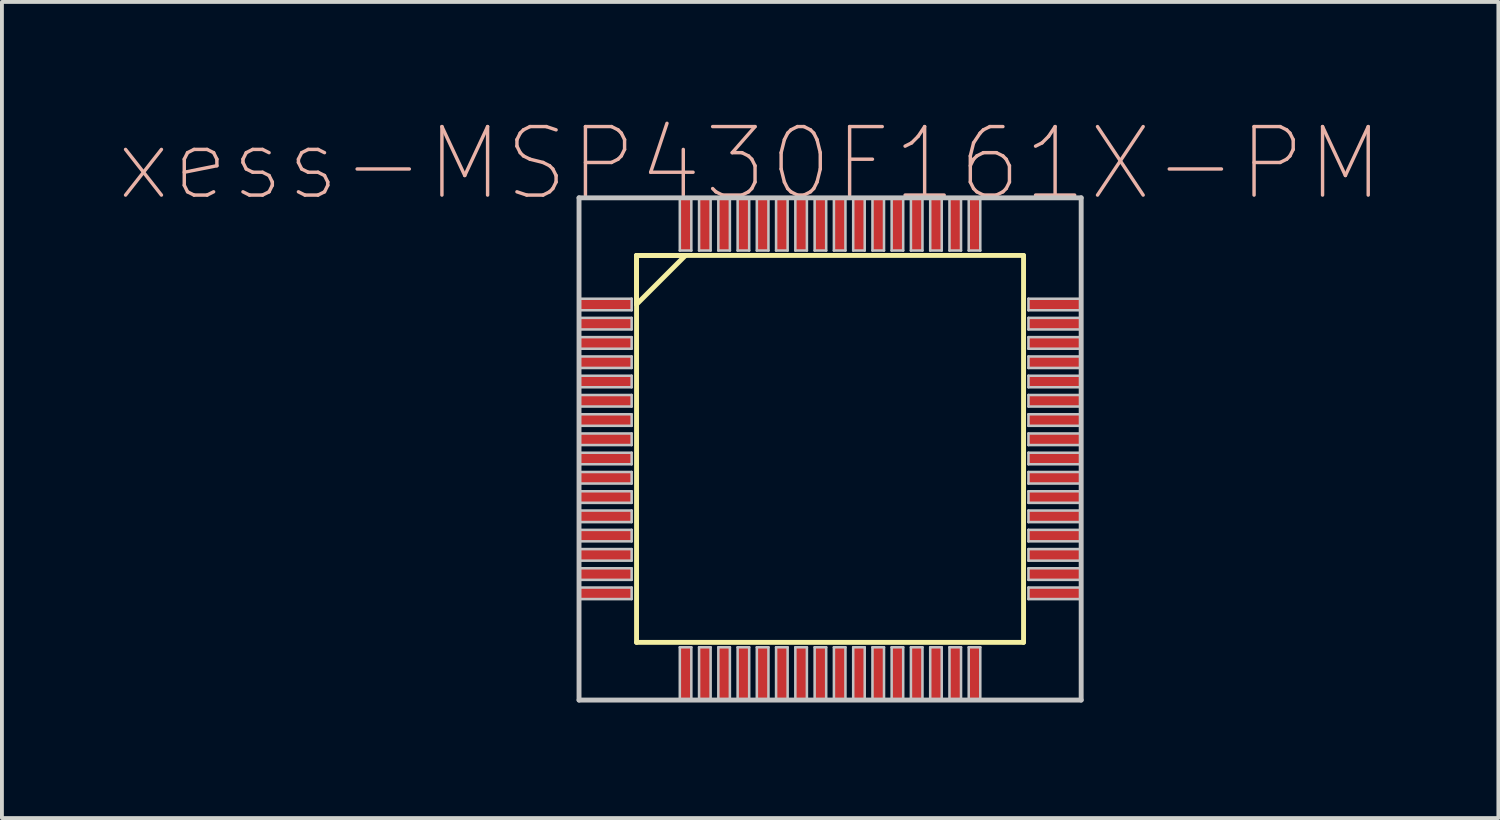
<source format=kicad_pcb>
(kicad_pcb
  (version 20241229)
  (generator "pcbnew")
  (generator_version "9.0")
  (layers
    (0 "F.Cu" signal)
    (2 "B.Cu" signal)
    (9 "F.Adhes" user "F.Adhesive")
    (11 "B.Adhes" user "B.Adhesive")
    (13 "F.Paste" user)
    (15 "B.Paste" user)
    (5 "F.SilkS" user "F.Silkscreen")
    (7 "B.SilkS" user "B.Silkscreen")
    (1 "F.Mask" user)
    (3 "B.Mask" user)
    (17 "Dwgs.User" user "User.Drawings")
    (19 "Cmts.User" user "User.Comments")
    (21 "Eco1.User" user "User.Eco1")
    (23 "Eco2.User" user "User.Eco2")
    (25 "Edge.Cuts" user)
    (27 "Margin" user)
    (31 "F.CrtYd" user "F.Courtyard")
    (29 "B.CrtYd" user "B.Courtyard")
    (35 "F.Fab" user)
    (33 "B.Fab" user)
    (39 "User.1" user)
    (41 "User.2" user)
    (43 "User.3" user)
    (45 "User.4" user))
  (footprint "xess-MSP430F161X-PM"
    (layer "F.Cu")
    (at 12.773 4.854)
    (property "Reference" "xess-MSP430F161X-PM" (at 3.65 -3.658 0) (layer "B.SilkS") (effects (font (size 1.778 1.778) (thickness 0.089))))
    (attr smd)
    (fp_line (start 0.701 -1.273) (end 0.701 -0.003) (stroke (width 0.127) (type solid)) (layer "F.SilkS"))
    (fp_line (start 0.701 -1.273) (end 0.701 8.771) (stroke (width 0.127) (type solid)) (layer "F.SilkS"))
    (fp_line (start 0.701 -0.003) (end 1.971 -1.273) (stroke (width 0.127) (type solid)) (layer "F.SilkS"))
    (fp_line (start 0.701 8.771) (end 10.747 8.771) (stroke (width 0.127) (type solid)) (layer "F.SilkS"))
    (fp_line (start 1.971 -1.273) (end 0.701 -1.273) (stroke (width 0.127) (type solid)) (layer "F.SilkS"))
    (fp_line (start 10.747 -1.273) (end 0.701 -1.273) (stroke (width 0.127) (type solid)) (layer "F.SilkS"))
    (fp_line (start 10.747 8.771) (end 10.747 -1.273) (stroke (width 0.127) (type solid)) (layer "F.SilkS"))
    (fp_line (start -0.792 -2.769) (end -0.792 10.269) (stroke (width 0.127) (type solid)) (layer "Dwgs.User"))
    (fp_line (start -0.792 -0.15) (end 0.574 -0.15) (stroke (width 0.066) (type solid)) (layer "Dwgs.User"))
    (fp_line (start -0.792 0.15) (end -0.792 -0.15) (stroke (width 0.066) (type solid)) (layer "Dwgs.User"))
    (fp_line (start -0.792 0.15) (end 0.574 0.15) (stroke (width 0.066) (type solid)) (layer "Dwgs.User"))
    (fp_line (start -0.792 0.348) (end 0.574 0.348) (stroke (width 0.066) (type solid)) (layer "Dwgs.User"))
    (fp_line (start -0.792 0.648) (end -0.792 0.348) (stroke (width 0.066) (type solid)) (layer "Dwgs.User"))
    (fp_line (start -0.792 0.648) (end 0.574 0.648) (stroke (width 0.066) (type solid)) (layer "Dwgs.User"))
    (fp_line (start -0.792 0.848) (end 0.574 0.848) (stroke (width 0.066) (type solid)) (layer "Dwgs.User"))
    (fp_line (start -0.792 1.148) (end -0.792 0.848) (stroke (width 0.066) (type solid)) (layer "Dwgs.User"))
    (fp_line (start -0.792 1.148) (end 0.574 1.148) (stroke (width 0.066) (type solid)) (layer "Dwgs.User"))
    (fp_line (start -0.792 1.349) (end 0.574 1.349) (stroke (width 0.066) (type solid)) (layer "Dwgs.User"))
    (fp_line (start -0.792 1.648) (end -0.792 1.349) (stroke (width 0.066) (type solid)) (layer "Dwgs.User"))
    (fp_line (start -0.792 1.648) (end 0.574 1.648) (stroke (width 0.066) (type solid)) (layer "Dwgs.User"))
    (fp_line (start -0.792 1.849) (end 0.574 1.849) (stroke (width 0.066) (type solid)) (layer "Dwgs.User"))
    (fp_line (start -0.792 2.149) (end -0.792 1.849) (stroke (width 0.066) (type solid)) (layer "Dwgs.User"))
    (fp_line (start -0.792 2.149) (end 0.574 2.149) (stroke (width 0.066) (type solid)) (layer "Dwgs.User"))
    (fp_line (start -0.792 2.349) (end 0.574 2.349) (stroke (width 0.066) (type solid)) (layer "Dwgs.User"))
    (fp_line (start -0.792 2.649) (end -0.792 2.349) (stroke (width 0.066) (type solid)) (layer "Dwgs.User"))
    (fp_line (start -0.792 2.649) (end 0.574 2.649) (stroke (width 0.066) (type solid)) (layer "Dwgs.User"))
    (fp_line (start -0.792 2.85) (end 0.574 2.85) (stroke (width 0.066) (type solid)) (layer "Dwgs.User"))
    (fp_line (start -0.792 3.15) (end -0.792 2.85) (stroke (width 0.066) (type solid)) (layer "Dwgs.User"))
    (fp_line (start -0.792 3.15) (end 0.574 3.15) (stroke (width 0.066) (type solid)) (layer "Dwgs.User"))
    (fp_line (start -0.792 3.348) (end 0.574 3.348) (stroke (width 0.066) (type solid)) (layer "Dwgs.User"))
    (fp_line (start -0.792 3.65) (end -0.792 3.348) (stroke (width 0.066) (type solid)) (layer "Dwgs.User"))
    (fp_line (start -0.792 3.65) (end 0.574 3.65) (stroke (width 0.066) (type solid)) (layer "Dwgs.User"))
    (fp_line (start -0.792 3.848) (end 0.574 3.848) (stroke (width 0.066) (type solid)) (layer "Dwgs.User"))
    (fp_line (start -0.792 4.148) (end -0.792 3.848) (stroke (width 0.066) (type solid)) (layer "Dwgs.User"))
    (fp_line (start -0.792 4.148) (end 0.574 4.148) (stroke (width 0.066) (type solid)) (layer "Dwgs.User"))
    (fp_line (start -0.792 4.348) (end 0.574 4.348) (stroke (width 0.066) (type solid)) (layer "Dwgs.User"))
    (fp_line (start -0.792 4.648) (end -0.792 4.348) (stroke (width 0.066) (type solid)) (layer "Dwgs.User"))
    (fp_line (start -0.792 4.648) (end 0.574 4.648) (stroke (width 0.066) (type solid)) (layer "Dwgs.User"))
    (fp_line (start -0.792 4.849) (end 0.574 4.849) (stroke (width 0.066) (type solid)) (layer "Dwgs.User"))
    (fp_line (start -0.792 5.149) (end -0.792 4.849) (stroke (width 0.066) (type solid)) (layer "Dwgs.User"))
    (fp_line (start -0.792 5.149) (end 0.574 5.149) (stroke (width 0.066) (type solid)) (layer "Dwgs.User"))
    (fp_line (start -0.792 5.349) (end 0.574 5.349) (stroke (width 0.066) (type solid)) (layer "Dwgs.User"))
    (fp_line (start -0.792 5.649) (end -0.792 5.349) (stroke (width 0.066) (type solid)) (layer "Dwgs.User"))
    (fp_line (start -0.792 5.649) (end 0.574 5.649) (stroke (width 0.066) (type solid)) (layer "Dwgs.User"))
    (fp_line (start -0.792 5.85) (end 0.574 5.85) (stroke (width 0.066) (type solid)) (layer "Dwgs.User"))
    (fp_line (start -0.792 6.149) (end -0.792 5.85) (stroke (width 0.066) (type solid)) (layer "Dwgs.User"))
    (fp_line (start -0.792 6.149) (end 0.574 6.149) (stroke (width 0.066) (type solid)) (layer "Dwgs.User"))
    (fp_line (start -0.792 6.35) (end 0.574 6.35) (stroke (width 0.066) (type solid)) (layer "Dwgs.User"))
    (fp_line (start -0.792 6.65) (end -0.792 6.35) (stroke (width 0.066) (type solid)) (layer "Dwgs.User"))
    (fp_line (start -0.792 6.65) (end 0.574 6.65) (stroke (width 0.066) (type solid)) (layer "Dwgs.User"))
    (fp_line (start -0.792 6.848) (end 0.574 6.848) (stroke (width 0.066) (type solid)) (layer "Dwgs.User"))
    (fp_line (start -0.792 7.148) (end -0.792 6.848) (stroke (width 0.066) (type solid)) (layer "Dwgs.User"))
    (fp_line (start -0.792 7.148) (end 0.574 7.148) (stroke (width 0.066) (type solid)) (layer "Dwgs.User"))
    (fp_line (start -0.792 7.348) (end 0.574 7.348) (stroke (width 0.066) (type solid)) (layer "Dwgs.User"))
    (fp_line (start -0.792 7.648) (end -0.792 7.348) (stroke (width 0.066) (type solid)) (layer "Dwgs.User"))
    (fp_line (start -0.792 7.648) (end 0.574 7.648) (stroke (width 0.066) (type solid)) (layer "Dwgs.User"))
    (fp_line (start -0.792 10.269) (end 12.243 10.269) (stroke (width 0.127) (type solid)) (layer "Dwgs.User"))
    (fp_line (start 0.574 0.15) (end 0.574 -0.15) (stroke (width 0.066) (type solid)) (layer "Dwgs.User"))
    (fp_line (start 0.574 0.648) (end 0.574 0.348) (stroke (width 0.066) (type solid)) (layer "Dwgs.User"))
    (fp_line (start 0.574 1.148) (end 0.574 0.848) (stroke (width 0.066) (type solid)) (layer "Dwgs.User"))
    (fp_line (start 0.574 1.648) (end 0.574 1.349) (stroke (width 0.066) (type solid)) (layer "Dwgs.User"))
    (fp_line (start 0.574 2.149) (end 0.574 1.849) (stroke (width 0.066) (type solid)) (layer "Dwgs.User"))
    (fp_line (start 0.574 2.649) (end 0.574 2.349) (stroke (width 0.066) (type solid)) (layer "Dwgs.User"))
    (fp_line (start 0.574 3.15) (end 0.574 2.85) (stroke (width 0.066) (type solid)) (layer "Dwgs.User"))
    (fp_line (start 0.574 3.65) (end 0.574 3.348) (stroke (width 0.066) (type solid)) (layer "Dwgs.User"))
    (fp_line (start 0.574 4.148) (end 0.574 3.848) (stroke (width 0.066) (type solid)) (layer "Dwgs.User"))
    (fp_line (start 0.574 4.648) (end 0.574 4.348) (stroke (width 0.066) (type solid)) (layer "Dwgs.User"))
    (fp_line (start 0.574 5.149) (end 0.574 4.849) (stroke (width 0.066) (type solid)) (layer "Dwgs.User"))
    (fp_line (start 0.574 5.649) (end 0.574 5.349) (stroke (width 0.066) (type solid)) (layer "Dwgs.User"))
    (fp_line (start 0.574 6.149) (end 0.574 5.85) (stroke (width 0.066) (type solid)) (layer "Dwgs.User"))
    (fp_line (start 0.574 6.65) (end 0.574 6.35) (stroke (width 0.066) (type solid)) (layer "Dwgs.User"))
    (fp_line (start 0.574 7.148) (end 0.574 6.848) (stroke (width 0.066) (type solid)) (layer "Dwgs.User"))
    (fp_line (start 0.574 7.648) (end 0.574 7.348) (stroke (width 0.066) (type solid)) (layer "Dwgs.User"))
    (fp_line (start 1.824 -2.769) (end 2.123 -2.769) (stroke (width 0.066) (type solid)) (layer "Dwgs.User"))
    (fp_line (start 1.824 -1.4) (end 1.824 -2.769) (stroke (width 0.066) (type solid)) (layer "Dwgs.User"))
    (fp_line (start 1.824 -1.4) (end 2.123 -1.4) (stroke (width 0.066) (type solid)) (layer "Dwgs.User"))
    (fp_line (start 1.824 8.898) (end 2.123 8.898) (stroke (width 0.066) (type solid)) (layer "Dwgs.User"))
    (fp_line (start 1.824 10.269) (end 1.824 8.898) (stroke (width 0.066) (type solid)) (layer "Dwgs.User"))
    (fp_line (start 1.824 10.269) (end 2.123 10.269) (stroke (width 0.066) (type solid)) (layer "Dwgs.User"))
    (fp_line (start 2.123 -1.4) (end 2.123 -2.769) (stroke (width 0.066) (type solid)) (layer "Dwgs.User"))
    (fp_line (start 2.123 10.269) (end 2.123 8.898) (stroke (width 0.066) (type solid)) (layer "Dwgs.User"))
    (fp_line (start 2.324 -2.769) (end 2.624 -2.769) (stroke (width 0.066) (type solid)) (layer "Dwgs.User"))
    (fp_line (start 2.324 -1.4) (end 2.324 -2.769) (stroke (width 0.066) (type solid)) (layer "Dwgs.User"))
    (fp_line (start 2.324 -1.4) (end 2.624 -1.4) (stroke (width 0.066) (type solid)) (layer "Dwgs.User"))
    (fp_line (start 2.324 8.898) (end 2.624 8.898) (stroke (width 0.066) (type solid)) (layer "Dwgs.User"))
    (fp_line (start 2.324 10.269) (end 2.324 8.898) (stroke (width 0.066) (type solid)) (layer "Dwgs.User"))
    (fp_line (start 2.324 10.269) (end 2.624 10.269) (stroke (width 0.066) (type solid)) (layer "Dwgs.User"))
    (fp_line (start 2.624 -1.4) (end 2.624 -2.769) (stroke (width 0.066) (type solid)) (layer "Dwgs.User"))
    (fp_line (start 2.624 10.269) (end 2.624 8.898) (stroke (width 0.066) (type solid)) (layer "Dwgs.User"))
    (fp_line (start 2.824 -2.769) (end 3.124 -2.769) (stroke (width 0.066) (type solid)) (layer "Dwgs.User"))
    (fp_line (start 2.824 -1.4) (end 2.824 -2.769) (stroke (width 0.066) (type solid)) (layer "Dwgs.User"))
    (fp_line (start 2.824 -1.4) (end 3.124 -1.4) (stroke (width 0.066) (type solid)) (layer "Dwgs.User"))
    (fp_line (start 2.824 8.898) (end 3.124 8.898) (stroke (width 0.066) (type solid)) (layer "Dwgs.User"))
    (fp_line (start 2.824 10.269) (end 2.824 8.898) (stroke (width 0.066) (type solid)) (layer "Dwgs.User"))
    (fp_line (start 2.824 10.269) (end 3.124 10.269) (stroke (width 0.066) (type solid)) (layer "Dwgs.User"))
    (fp_line (start 3.124 -1.4) (end 3.124 -2.769) (stroke (width 0.066) (type solid)) (layer "Dwgs.User"))
    (fp_line (start 3.124 10.269) (end 3.124 8.898) (stroke (width 0.066) (type solid)) (layer "Dwgs.User"))
    (fp_line (start 3.325 -2.769) (end 3.625 -2.769) (stroke (width 0.066) (type solid)) (layer "Dwgs.User"))
    (fp_line (start 3.325 -1.4) (end 3.325 -2.769) (stroke (width 0.066) (type solid)) (layer "Dwgs.User"))
    (fp_line (start 3.325 -1.4) (end 3.625 -1.4) (stroke (width 0.066) (type solid)) (layer "Dwgs.User"))
    (fp_line (start 3.325 8.898) (end 3.625 8.898) (stroke (width 0.066) (type solid)) (layer "Dwgs.User"))
    (fp_line (start 3.325 10.269) (end 3.325 8.898) (stroke (width 0.066) (type solid)) (layer "Dwgs.User"))
    (fp_line (start 3.325 10.269) (end 3.625 10.269) (stroke (width 0.066) (type solid)) (layer "Dwgs.User"))
    (fp_line (start 3.625 -1.4) (end 3.625 -2.769) (stroke (width 0.066) (type solid)) (layer "Dwgs.User"))
    (fp_line (start 3.625 10.269) (end 3.625 8.898) (stroke (width 0.066) (type solid)) (layer "Dwgs.User"))
    (fp_line (start 3.823 -2.769) (end 4.125 -2.769) (stroke (width 0.066) (type solid)) (layer "Dwgs.User"))
    (fp_line (start 3.823 -1.4) (end 3.823 -2.769) (stroke (width 0.066) (type solid)) (layer "Dwgs.User"))
    (fp_line (start 3.823 -1.4) (end 4.125 -1.4) (stroke (width 0.066) (type solid)) (layer "Dwgs.User"))
    (fp_line (start 3.823 8.898) (end 4.125 8.898) (stroke (width 0.066) (type solid)) (layer "Dwgs.User"))
    (fp_line (start 3.823 10.269) (end 3.823 8.898) (stroke (width 0.066) (type solid)) (layer "Dwgs.User"))
    (fp_line (start 3.823 10.269) (end 4.125 10.269) (stroke (width 0.066) (type solid)) (layer "Dwgs.User"))
    (fp_line (start 4.125 -1.4) (end 4.125 -2.769) (stroke (width 0.066) (type solid)) (layer "Dwgs.User"))
    (fp_line (start 4.125 10.269) (end 4.125 8.898) (stroke (width 0.066) (type solid)) (layer "Dwgs.User"))
    (fp_line (start 4.323 -2.769) (end 4.623 -2.769) (stroke (width 0.066) (type solid)) (layer "Dwgs.User"))
    (fp_line (start 4.323 -1.4) (end 4.323 -2.769) (stroke (width 0.066) (type solid)) (layer "Dwgs.User"))
    (fp_line (start 4.323 -1.4) (end 4.623 -1.4) (stroke (width 0.066) (type solid)) (layer "Dwgs.User"))
    (fp_line (start 4.323 8.898) (end 4.623 8.898) (stroke (width 0.066) (type solid)) (layer "Dwgs.User"))
    (fp_line (start 4.323 10.269) (end 4.323 8.898) (stroke (width 0.066) (type solid)) (layer "Dwgs.User"))
    (fp_line (start 4.323 10.269) (end 4.623 10.269) (stroke (width 0.066) (type solid)) (layer "Dwgs.User"))
    (fp_line (start 4.623 -1.4) (end 4.623 -2.769) (stroke (width 0.066) (type solid)) (layer "Dwgs.User"))
    (fp_line (start 4.623 10.269) (end 4.623 8.898) (stroke (width 0.066) (type solid)) (layer "Dwgs.User"))
    (fp_line (start 4.823 -2.769) (end 5.123 -2.769) (stroke (width 0.066) (type solid)) (layer "Dwgs.User"))
    (fp_line (start 4.823 -1.4) (end 4.823 -2.769) (stroke (width 0.066) (type solid)) (layer "Dwgs.User"))
    (fp_line (start 4.823 -1.4) (end 5.123 -1.4) (stroke (width 0.066) (type solid)) (layer "Dwgs.User"))
    (fp_line (start 4.823 8.898) (end 5.123 8.898) (stroke (width 0.066) (type solid)) (layer "Dwgs.User"))
    (fp_line (start 4.823 10.269) (end 4.823 8.898) (stroke (width 0.066) (type solid)) (layer "Dwgs.User"))
    (fp_line (start 4.823 10.269) (end 5.123 10.269) (stroke (width 0.066) (type solid)) (layer "Dwgs.User"))
    (fp_line (start 5.123 -1.4) (end 5.123 -2.769) (stroke (width 0.066) (type solid)) (layer "Dwgs.User"))
    (fp_line (start 5.123 10.269) (end 5.123 8.898) (stroke (width 0.066) (type solid)) (layer "Dwgs.User"))
    (fp_line (start 5.324 -2.769) (end 5.624 -2.769) (stroke (width 0.066) (type solid)) (layer "Dwgs.User"))
    (fp_line (start 5.324 -1.4) (end 5.324 -2.769) (stroke (width 0.066) (type solid)) (layer "Dwgs.User"))
    (fp_line (start 5.324 -1.4) (end 5.624 -1.4) (stroke (width 0.066) (type solid)) (layer "Dwgs.User"))
    (fp_line (start 5.324 8.898) (end 5.624 8.898) (stroke (width 0.066) (type solid)) (layer "Dwgs.User"))
    (fp_line (start 5.324 10.269) (end 5.324 8.898) (stroke (width 0.066) (type solid)) (layer "Dwgs.User"))
    (fp_line (start 5.324 10.269) (end 5.624 10.269) (stroke (width 0.066) (type solid)) (layer "Dwgs.User"))
    (fp_line (start 5.624 -1.4) (end 5.624 -2.769) (stroke (width 0.066) (type solid)) (layer "Dwgs.User"))
    (fp_line (start 5.624 10.269) (end 5.624 8.898) (stroke (width 0.066) (type solid)) (layer "Dwgs.User"))
    (fp_line (start 5.824 -2.769) (end 6.124 -2.769) (stroke (width 0.066) (type solid)) (layer "Dwgs.User"))
    (fp_line (start 5.824 -1.4) (end 5.824 -2.769) (stroke (width 0.066) (type solid)) (layer "Dwgs.User"))
    (fp_line (start 5.824 -1.4) (end 6.124 -1.4) (stroke (width 0.066) (type solid)) (layer "Dwgs.User"))
    (fp_line (start 5.824 8.898) (end 6.124 8.898) (stroke (width 0.066) (type solid)) (layer "Dwgs.User"))
    (fp_line (start 5.824 10.269) (end 5.824 8.898) (stroke (width 0.066) (type solid)) (layer "Dwgs.User"))
    (fp_line (start 5.824 10.269) (end 6.124 10.269) (stroke (width 0.066) (type solid)) (layer "Dwgs.User"))
    (fp_line (start 6.124 -1.4) (end 6.124 -2.769) (stroke (width 0.066) (type solid)) (layer "Dwgs.User"))
    (fp_line (start 6.124 10.269) (end 6.124 8.898) (stroke (width 0.066) (type solid)) (layer "Dwgs.User"))
    (fp_line (start 6.325 -2.769) (end 6.624 -2.769) (stroke (width 0.066) (type solid)) (layer "Dwgs.User"))
    (fp_line (start 6.325 -1.4) (end 6.325 -2.769) (stroke (width 0.066) (type solid)) (layer "Dwgs.User"))
    (fp_line (start 6.325 -1.4) (end 6.624 -1.4) (stroke (width 0.066) (type solid)) (layer "Dwgs.User"))
    (fp_line (start 6.325 8.898) (end 6.624 8.898) (stroke (width 0.066) (type solid)) (layer "Dwgs.User"))
    (fp_line (start 6.325 10.269) (end 6.325 8.898) (stroke (width 0.066) (type solid)) (layer "Dwgs.User"))
    (fp_line (start 6.325 10.269) (end 6.624 10.269) (stroke (width 0.066) (type solid)) (layer "Dwgs.User"))
    (fp_line (start 6.624 -1.4) (end 6.624 -2.769) (stroke (width 0.066) (type solid)) (layer "Dwgs.User"))
    (fp_line (start 6.624 10.269) (end 6.624 8.898) (stroke (width 0.066) (type solid)) (layer "Dwgs.User"))
    (fp_line (start 6.825 -2.769) (end 7.125 -2.769) (stroke (width 0.066) (type solid)) (layer "Dwgs.User"))
    (fp_line (start 6.825 -1.4) (end 6.825 -2.769) (stroke (width 0.066) (type solid)) (layer "Dwgs.User"))
    (fp_line (start 6.825 -1.4) (end 7.125 -1.4) (stroke (width 0.066) (type solid)) (layer "Dwgs.User"))
    (fp_line (start 6.825 8.898) (end 7.125 8.898) (stroke (width 0.066) (type solid)) (layer "Dwgs.User"))
    (fp_line (start 6.825 10.269) (end 6.825 8.898) (stroke (width 0.066) (type solid)) (layer "Dwgs.User"))
    (fp_line (start 6.825 10.269) (end 7.125 10.269) (stroke (width 0.066) (type solid)) (layer "Dwgs.User"))
    (fp_line (start 7.125 -1.4) (end 7.125 -2.769) (stroke (width 0.066) (type solid)) (layer "Dwgs.User"))
    (fp_line (start 7.125 10.269) (end 7.125 8.898) (stroke (width 0.066) (type solid)) (layer "Dwgs.User"))
    (fp_line (start 7.323 -2.769) (end 7.623 -2.769) (stroke (width 0.066) (type solid)) (layer "Dwgs.User"))
    (fp_line (start 7.323 -1.4) (end 7.323 -2.769) (stroke (width 0.066) (type solid)) (layer "Dwgs.User"))
    (fp_line (start 7.323 -1.4) (end 7.623 -1.4) (stroke (width 0.066) (type solid)) (layer "Dwgs.User"))
    (fp_line (start 7.323 8.898) (end 7.623 8.898) (stroke (width 0.066) (type solid)) (layer "Dwgs.User"))
    (fp_line (start 7.323 10.269) (end 7.323 8.898) (stroke (width 0.066) (type solid)) (layer "Dwgs.User"))
    (fp_line (start 7.323 10.269) (end 7.623 10.269) (stroke (width 0.066) (type solid)) (layer "Dwgs.User"))
    (fp_line (start 7.623 -1.4) (end 7.623 -2.769) (stroke (width 0.066) (type solid)) (layer "Dwgs.User"))
    (fp_line (start 7.623 10.269) (end 7.623 8.898) (stroke (width 0.066) (type solid)) (layer "Dwgs.User"))
    (fp_line (start 7.823 -2.769) (end 8.123 -2.769) (stroke (width 0.066) (type solid)) (layer "Dwgs.User"))
    (fp_line (start 7.823 -1.4) (end 7.823 -2.769) (stroke (width 0.066) (type solid)) (layer "Dwgs.User"))
    (fp_line (start 7.823 -1.4) (end 8.123 -1.4) (stroke (width 0.066) (type solid)) (layer "Dwgs.User"))
    (fp_line (start 7.823 8.898) (end 8.123 8.898) (stroke (width 0.066) (type solid)) (layer "Dwgs.User"))
    (fp_line (start 7.823 10.269) (end 7.823 8.898) (stroke (width 0.066) (type solid)) (layer "Dwgs.User"))
    (fp_line (start 7.823 10.269) (end 8.123 10.269) (stroke (width 0.066) (type solid)) (layer "Dwgs.User"))
    (fp_line (start 8.123 -1.4) (end 8.123 -2.769) (stroke (width 0.066) (type solid)) (layer "Dwgs.User"))
    (fp_line (start 8.123 10.269) (end 8.123 8.898) (stroke (width 0.066) (type solid)) (layer "Dwgs.User"))
    (fp_line (start 8.324 -2.769) (end 8.623 -2.769) (stroke (width 0.066) (type solid)) (layer "Dwgs.User"))
    (fp_line (start 8.324 -1.4) (end 8.324 -2.769) (stroke (width 0.066) (type solid)) (layer "Dwgs.User"))
    (fp_line (start 8.324 -1.4) (end 8.623 -1.4) (stroke (width 0.066) (type solid)) (layer "Dwgs.User"))
    (fp_line (start 8.324 8.898) (end 8.623 8.898) (stroke (width 0.066) (type solid)) (layer "Dwgs.User"))
    (fp_line (start 8.324 10.269) (end 8.324 8.898) (stroke (width 0.066) (type solid)) (layer "Dwgs.User"))
    (fp_line (start 8.324 10.269) (end 8.623 10.269) (stroke (width 0.066) (type solid)) (layer "Dwgs.User"))
    (fp_line (start 8.623 -1.4) (end 8.623 -2.769) (stroke (width 0.066) (type solid)) (layer "Dwgs.User"))
    (fp_line (start 8.623 10.269) (end 8.623 8.898) (stroke (width 0.066) (type solid)) (layer "Dwgs.User"))
    (fp_line (start 8.824 -2.769) (end 9.124 -2.769) (stroke (width 0.066) (type solid)) (layer "Dwgs.User"))
    (fp_line (start 8.824 -1.4) (end 8.824 -2.769) (stroke (width 0.066) (type solid)) (layer "Dwgs.User"))
    (fp_line (start 8.824 -1.4) (end 9.124 -1.4) (stroke (width 0.066) (type solid)) (layer "Dwgs.User"))
    (fp_line (start 8.824 8.898) (end 9.124 8.898) (stroke (width 0.066) (type solid)) (layer "Dwgs.User"))
    (fp_line (start 8.824 10.269) (end 8.824 8.898) (stroke (width 0.066) (type solid)) (layer "Dwgs.User"))
    (fp_line (start 8.824 10.269) (end 9.124 10.269) (stroke (width 0.066) (type solid)) (layer "Dwgs.User"))
    (fp_line (start 9.124 -1.4) (end 9.124 -2.769) (stroke (width 0.066) (type solid)) (layer "Dwgs.User"))
    (fp_line (start 9.124 10.269) (end 9.124 8.898) (stroke (width 0.066) (type solid)) (layer "Dwgs.User"))
    (fp_line (start 9.324 -2.769) (end 9.624 -2.769) (stroke (width 0.066) (type solid)) (layer "Dwgs.User"))
    (fp_line (start 9.324 -1.4) (end 9.324 -2.769) (stroke (width 0.066) (type solid)) (layer "Dwgs.User"))
    (fp_line (start 9.324 -1.4) (end 9.624 -1.4) (stroke (width 0.066) (type solid)) (layer "Dwgs.User"))
    (fp_line (start 9.324 8.898) (end 9.624 8.898) (stroke (width 0.066) (type solid)) (layer "Dwgs.User"))
    (fp_line (start 9.324 10.269) (end 9.324 8.898) (stroke (width 0.066) (type solid)) (layer "Dwgs.User"))
    (fp_line (start 9.324 10.269) (end 9.624 10.269) (stroke (width 0.066) (type solid)) (layer "Dwgs.User"))
    (fp_line (start 9.624 -1.4) (end 9.624 -2.769) (stroke (width 0.066) (type solid)) (layer "Dwgs.User"))
    (fp_line (start 9.624 10.269) (end 9.624 8.898) (stroke (width 0.066) (type solid)) (layer "Dwgs.User"))
    (fp_line (start 10.874 -0.15) (end 12.243 -0.15) (stroke (width 0.066) (type solid)) (layer "Dwgs.User"))
    (fp_line (start 10.874 0.15) (end 10.874 -0.15) (stroke (width 0.066) (type solid)) (layer "Dwgs.User"))
    (fp_line (start 10.874 0.15) (end 12.243 0.15) (stroke (width 0.066) (type solid)) (layer "Dwgs.User"))
    (fp_line (start 10.874 0.348) (end 12.243 0.348) (stroke (width 0.066) (type solid)) (layer "Dwgs.User"))
    (fp_line (start 10.874 0.648) (end 10.874 0.348) (stroke (width 0.066) (type solid)) (layer "Dwgs.User"))
    (fp_line (start 10.874 0.648) (end 12.243 0.648) (stroke (width 0.066) (type solid)) (layer "Dwgs.User"))
    (fp_line (start 10.874 0.848) (end 12.243 0.848) (stroke (width 0.066) (type solid)) (layer "Dwgs.User"))
    (fp_line (start 10.874 1.148) (end 10.874 0.848) (stroke (width 0.066) (type solid)) (layer "Dwgs.User"))
    (fp_line (start 10.874 1.148) (end 12.243 1.148) (stroke (width 0.066) (type solid)) (layer "Dwgs.User"))
    (fp_line (start 10.874 1.349) (end 12.243 1.349) (stroke (width 0.066) (type solid)) (layer "Dwgs.User"))
    (fp_line (start 10.874 1.648) (end 10.874 1.349) (stroke (width 0.066) (type solid)) (layer "Dwgs.User"))
    (fp_line (start 10.874 1.648) (end 12.243 1.648) (stroke (width 0.066) (type solid)) (layer "Dwgs.User"))
    (fp_line (start 10.874 1.849) (end 12.243 1.849) (stroke (width 0.066) (type solid)) (layer "Dwgs.User"))
    (fp_line (start 10.874 2.149) (end 10.874 1.849) (stroke (width 0.066) (type solid)) (layer "Dwgs.User"))
    (fp_line (start 10.874 2.149) (end 12.243 2.149) (stroke (width 0.066) (type solid)) (layer "Dwgs.User"))
    (fp_line (start 10.874 2.349) (end 12.243 2.349) (stroke (width 0.066) (type solid)) (layer "Dwgs.User"))
    (fp_line (start 10.874 2.649) (end 10.874 2.349) (stroke (width 0.066) (type solid)) (layer "Dwgs.User"))
    (fp_line (start 10.874 2.649) (end 12.243 2.649) (stroke (width 0.066) (type solid)) (layer "Dwgs.User"))
    (fp_line (start 10.874 2.85) (end 12.243 2.85) (stroke (width 0.066) (type solid)) (layer "Dwgs.User"))
    (fp_line (start 10.874 3.15) (end 10.874 2.85) (stroke (width 0.066) (type solid)) (layer "Dwgs.User"))
    (fp_line (start 10.874 3.15) (end 12.243 3.15) (stroke (width 0.066) (type solid)) (layer "Dwgs.User"))
    (fp_line (start 10.874 3.348) (end 12.243 3.348) (stroke (width 0.066) (type solid)) (layer "Dwgs.User"))
    (fp_line (start 10.874 3.65) (end 10.874 3.348) (stroke (width 0.066) (type solid)) (layer "Dwgs.User"))
    (fp_line (start 10.874 3.65) (end 12.243 3.65) (stroke (width 0.066) (type solid)) (layer "Dwgs.User"))
    (fp_line (start 10.874 3.848) (end 12.243 3.848) (stroke (width 0.066) (type solid)) (layer "Dwgs.User"))
    (fp_line (start 10.874 4.148) (end 10.874 3.848) (stroke (width 0.066) (type solid)) (layer "Dwgs.User"))
    (fp_line (start 10.874 4.148) (end 12.243 4.148) (stroke (width 0.066) (type solid)) (layer "Dwgs.User"))
    (fp_line (start 10.874 4.348) (end 12.243 4.348) (stroke (width 0.066) (type solid)) (layer "Dwgs.User"))
    (fp_line (start 10.874 4.648) (end 10.874 4.348) (stroke (width 0.066) (type solid)) (layer "Dwgs.User"))
    (fp_line (start 10.874 4.648) (end 12.243 4.648) (stroke (width 0.066) (type solid)) (layer "Dwgs.User"))
    (fp_line (start 10.874 4.849) (end 12.243 4.849) (stroke (width 0.066) (type solid)) (layer "Dwgs.User"))
    (fp_line (start 10.874 5.149) (end 10.874 4.849) (stroke (width 0.066) (type solid)) (layer "Dwgs.User"))
    (fp_line (start 10.874 5.149) (end 12.243 5.149) (stroke (width 0.066) (type solid)) (layer "Dwgs.User"))
    (fp_line (start 10.874 5.349) (end 12.243 5.349) (stroke (width 0.066) (type solid)) (layer "Dwgs.User"))
    (fp_line (start 10.874 5.649) (end 10.874 5.349) (stroke (width 0.066) (type solid)) (layer "Dwgs.User"))
    (fp_line (start 10.874 5.649) (end 12.243 5.649) (stroke (width 0.066) (type solid)) (layer "Dwgs.User"))
    (fp_line (start 10.874 5.85) (end 12.243 5.85) (stroke (width 0.066) (type solid)) (layer "Dwgs.User"))
    (fp_line (start 10.874 6.149) (end 10.874 5.85) (stroke (width 0.066) (type solid)) (layer "Dwgs.User"))
    (fp_line (start 10.874 6.149) (end 12.243 6.149) (stroke (width 0.066) (type solid)) (layer "Dwgs.User"))
    (fp_line (start 10.874 6.35) (end 12.243 6.35) (stroke (width 0.066) (type solid)) (layer "Dwgs.User"))
    (fp_line (start 10.874 6.65) (end 10.874 6.35) (stroke (width 0.066) (type solid)) (layer "Dwgs.User"))
    (fp_line (start 10.874 6.65) (end 12.243 6.65) (stroke (width 0.066) (type solid)) (layer "Dwgs.User"))
    (fp_line (start 10.874 6.848) (end 12.243 6.848) (stroke (width 0.066) (type solid)) (layer "Dwgs.User"))
    (fp_line (start 10.874 7.148) (end 10.874 6.848) (stroke (width 0.066) (type solid)) (layer "Dwgs.User"))
    (fp_line (start 10.874 7.148) (end 12.243 7.148) (stroke (width 0.066) (type solid)) (layer "Dwgs.User"))
    (fp_line (start 10.874 7.348) (end 12.243 7.348) (stroke (width 0.066) (type solid)) (layer "Dwgs.User"))
    (fp_line (start 10.874 7.648) (end 10.874 7.348) (stroke (width 0.066) (type solid)) (layer "Dwgs.User"))
    (fp_line (start 10.874 7.648) (end 12.243 7.648) (stroke (width 0.066) (type solid)) (layer "Dwgs.User"))
    (fp_line (start 12.243 -2.769) (end -0.792 -2.769) (stroke (width 0.127) (type solid)) (layer "Dwgs.User"))
    (fp_line (start 12.243 0.15) (end 12.243 -0.15) (stroke (width 0.066) (type solid)) (layer "Dwgs.User"))
    (fp_line (start 12.243 0.648) (end 12.243 0.348) (stroke (width 0.066) (type solid)) (layer "Dwgs.User"))
    (fp_line (start 12.243 1.148) (end 12.243 0.848) (stroke (width 0.066) (type solid)) (layer "Dwgs.User"))
    (fp_line (start 12.243 1.648) (end 12.243 1.349) (stroke (width 0.066) (type solid)) (layer "Dwgs.User"))
    (fp_line (start 12.243 2.149) (end 12.243 1.849) (stroke (width 0.066) (type solid)) (layer "Dwgs.User"))
    (fp_line (start 12.243 2.649) (end 12.243 2.349) (stroke (width 0.066) (type solid)) (layer "Dwgs.User"))
    (fp_line (start 12.243 3.15) (end 12.243 2.85) (stroke (width 0.066) (type solid)) (layer "Dwgs.User"))
    (fp_line (start 12.243 3.65) (end 12.243 3.348) (stroke (width 0.066) (type solid)) (layer "Dwgs.User"))
    (fp_line (start 12.243 4.148) (end 12.243 3.848) (stroke (width 0.066) (type solid)) (layer "Dwgs.User"))
    (fp_line (start 12.243 4.648) (end 12.243 4.348) (stroke (width 0.066) (type solid)) (layer "Dwgs.User"))
    (fp_line (start 12.243 5.149) (end 12.243 4.849) (stroke (width 0.066) (type solid)) (layer "Dwgs.User"))
    (fp_line (start 12.243 5.649) (end 12.243 5.349) (stroke (width 0.066) (type solid)) (layer "Dwgs.User"))
    (fp_line (start 12.243 6.149) (end 12.243 5.85) (stroke (width 0.066) (type solid)) (layer "Dwgs.User"))
    (fp_line (start 12.243 6.65) (end 12.243 6.35) (stroke (width 0.066) (type solid)) (layer "Dwgs.User"))
    (fp_line (start 12.243 7.148) (end 12.243 6.848) (stroke (width 0.066) (type solid)) (layer "Dwgs.User"))
    (fp_line (start 12.243 7.648) (end 12.243 7.348) (stroke (width 0.066) (type solid)) (layer "Dwgs.User"))
    (fp_line (start 12.243 10.269) (end 12.243 -2.769) (stroke (width 0.127) (type solid)) (layer "Dwgs.User"))
    (pad "1" smd rect (at -0.109 0) (size 1.369 0.3) (layers "F.Cu" "F.Mask" "F.Paste"))
    (pad "2" smd rect (at -0.109 0.498) (size 1.369 0.3) (layers "F.Cu" "F.Mask" "F.Paste"))
    (pad "3" smd rect (at -0.109 0.998) (size 1.369 0.3) (layers "F.Cu" "F.Mask" "F.Paste"))
    (pad "4" smd rect (at -0.109 1.499) (size 1.369 0.3) (layers "F.Cu" "F.Mask" "F.Paste"))
    (pad "5" smd rect (at -0.109 1.999) (size 1.369 0.3) (layers "F.Cu" "F.Mask" "F.Paste"))
    (pad "6" smd rect (at -0.109 2.499) (size 1.369 0.3) (layers "F.Cu" "F.Mask" "F.Paste"))
    (pad "7" smd rect (at -0.109 3) (size 1.369 0.3) (layers "F.Cu" "F.Mask" "F.Paste"))
    (pad "8" smd rect (at -0.109 3.498) (size 1.369 0.3) (layers "F.Cu" "F.Mask" "F.Paste"))
    (pad "9" smd rect (at -0.109 3.998) (size 1.369 0.3) (layers "F.Cu" "F.Mask" "F.Paste"))
    (pad "10" smd rect (at -0.109 4.498) (size 1.369 0.3) (layers "F.Cu" "F.Mask" "F.Paste"))
    (pad "11" smd rect (at -0.109 4.999) (size 1.369 0.3) (layers "F.Cu" "F.Mask" "F.Paste"))
    (pad "12" smd rect (at -0.109 5.499) (size 1.369 0.3) (layers "F.Cu" "F.Mask" "F.Paste"))
    (pad "13" smd rect (at -0.109 5.999) (size 1.369 0.3) (layers "F.Cu" "F.Mask" "F.Paste"))
    (pad "14" smd rect (at -0.109 6.5) (size 1.369 0.3) (layers "F.Cu" "F.Mask" "F.Paste"))
    (pad "15" smd rect (at -0.109 6.998) (size 1.369 0.3) (layers "F.Cu" "F.Mask" "F.Paste"))
    (pad "16" smd rect (at -0.109 7.498) (size 1.369 0.3) (layers "F.Cu" "F.Mask" "F.Paste"))
    (pad "17" smd rect (at 1.974 9.583) (size 0.3 1.369) (layers "F.Cu" "F.Mask" "F.Paste"))
    (pad "18" smd rect (at 2.474 9.583) (size 0.3 1.369) (layers "F.Cu" "F.Mask" "F.Paste"))
    (pad "19" smd rect (at 2.974 9.583) (size 0.3 1.369) (layers "F.Cu" "F.Mask" "F.Paste"))
    (pad "20" smd rect (at 3.475 9.583) (size 0.3 1.369) (layers "F.Cu" "F.Mask" "F.Paste"))
    (pad "21" smd rect (at 3.973 9.583) (size 0.3 1.369) (layers "F.Cu" "F.Mask" "F.Paste"))
    (pad "22" smd rect (at 4.473 9.583) (size 0.3 1.369) (layers "F.Cu" "F.Mask" "F.Paste"))
    (pad "23" smd rect (at 4.973 9.583) (size 0.3 1.369) (layers "F.Cu" "F.Mask" "F.Paste"))
    (pad "24" smd rect (at 5.474 9.583) (size 0.3 1.369) (layers "F.Cu" "F.Mask" "F.Paste"))
    (pad "25" smd rect (at 5.974 9.583) (size 0.3 1.369) (layers "F.Cu" "F.Mask" "F.Paste"))
    (pad "26" smd rect (at 6.474 9.583) (size 0.3 1.369) (layers "F.Cu" "F.Mask" "F.Paste"))
    (pad "27" smd rect (at 6.975 9.583) (size 0.3 1.369) (layers "F.Cu" "F.Mask" "F.Paste"))
    (pad "28" smd rect (at 7.473 9.583) (size 0.3 1.369) (layers "F.Cu" "F.Mask" "F.Paste"))
    (pad "29" smd rect (at 7.973 9.583) (size 0.3 1.369) (layers "F.Cu" "F.Mask" "F.Paste"))
    (pad "30" smd rect (at 8.473 9.583) (size 0.3 1.369) (layers "F.Cu" "F.Mask" "F.Paste"))
    (pad "31" smd rect (at 8.974 9.583) (size 0.3 1.369) (layers "F.Cu" "F.Mask" "F.Paste"))
    (pad "32" smd rect (at 9.474 9.583) (size 0.3 1.369) (layers "F.Cu" "F.Mask" "F.Paste"))
    (pad "33" smd rect (at 11.56 7.498) (size 1.369 0.3) (layers "F.Cu" "F.Mask" "F.Paste"))
    (pad "34" smd rect (at 11.56 6.998) (size 1.369 0.3) (layers "F.Cu" "F.Mask" "F.Paste"))
    (pad "35" smd rect (at 11.56 6.5) (size 1.369 0.3) (layers "F.Cu" "F.Mask" "F.Paste"))
    (pad "36" smd rect (at 11.56 5.999) (size 1.369 0.3) (layers "F.Cu" "F.Mask" "F.Paste"))
    (pad "37" smd rect (at 11.56 5.499) (size 1.369 0.3) (layers "F.Cu" "F.Mask" "F.Paste"))
    (pad "38" smd rect (at 11.56 4.999) (size 1.369 0.3) (layers "F.Cu" "F.Mask" "F.Paste"))
    (pad "39" smd rect (at 11.56 4.498) (size 1.369 0.3) (layers "F.Cu" "F.Mask" "F.Paste"))
    (pad "40" smd rect (at 11.56 3.998) (size 1.369 0.3) (layers "F.Cu" "F.Mask" "F.Paste"))
    (pad "41" smd rect (at 11.56 3.498) (size 1.369 0.3) (layers "F.Cu" "F.Mask" "F.Paste"))
    (pad "42" smd rect (at 11.56 3) (size 1.369 0.3) (layers "F.Cu" "F.Mask" "F.Paste"))
    (pad "43" smd rect (at 11.56 2.499) (size 1.369 0.3) (layers "F.Cu" "F.Mask" "F.Paste"))
    (pad "44" smd rect (at 11.56 1.999) (size 1.369 0.3) (layers "F.Cu" "F.Mask" "F.Paste"))
    (pad "45" smd rect (at 11.56 1.499) (size 1.369 0.3) (layers "F.Cu" "F.Mask" "F.Paste"))
    (pad "46" smd rect (at 11.56 0.998) (size 1.369 0.3) (layers "F.Cu" "F.Mask" "F.Paste"))
    (pad "47" smd rect (at 11.56 0.498) (size 1.369 0.3) (layers "F.Cu" "F.Mask" "F.Paste"))
    (pad "48" smd rect (at 11.56 0) (size 1.369 0.3) (layers "F.Cu" "F.Mask" "F.Paste"))
    (pad "49" smd rect (at 9.474 -2.083) (size 0.3 1.369) (layers "F.Cu" "F.Mask" "F.Paste"))
    (pad "50" smd rect (at 8.974 -2.083) (size 0.3 1.369) (layers "F.Cu" "F.Mask" "F.Paste"))
    (pad "51" smd rect (at 8.473 -2.083) (size 0.3 1.369) (layers "F.Cu" "F.Mask" "F.Paste"))
    (pad "52" smd rect (at 7.973 -2.083) (size 0.3 1.369) (layers "F.Cu" "F.Mask" "F.Paste"))
    (pad "53" smd rect (at 7.473 -2.083) (size 0.3 1.369) (layers "F.Cu" "F.Mask" "F.Paste"))
    (pad "54" smd rect (at 6.975 -2.083) (size 0.3 1.369) (layers "F.Cu" "F.Mask" "F.Paste"))
    (pad "55" smd rect (at 6.474 -2.083) (size 0.3 1.369) (layers "F.Cu" "F.Mask" "F.Paste"))
    (pad "56" smd rect (at 5.974 -2.083) (size 0.3 1.369) (layers "F.Cu" "F.Mask" "F.Paste"))
    (pad "57" smd rect (at 5.474 -2.083) (size 0.3 1.369) (layers "F.Cu" "F.Mask" "F.Paste"))
    (pad "58" smd rect (at 4.973 -2.083) (size 0.3 1.369) (layers "F.Cu" "F.Mask" "F.Paste"))
    (pad "59" smd rect (at 4.473 -2.083) (size 0.3 1.369) (layers "F.Cu" "F.Mask" "F.Paste"))
    (pad "60" smd rect (at 3.973 -2.083) (size 0.3 1.369) (layers "F.Cu" "F.Mask" "F.Paste"))
    (pad "61" smd rect (at 3.475 -2.083) (size 0.3 1.369) (layers "F.Cu" "F.Mask" "F.Paste"))
    (pad "62" smd rect (at 2.974 -2.083) (size 0.3 1.369) (layers "F.Cu" "F.Mask" "F.Paste"))
    (pad "63" smd rect (at 2.474 -2.083) (size 0.3 1.369) (layers "F.Cu" "F.Mask" "F.Paste"))
    (pad "64" smd rect (at 1.974 -2.083) (size 0.3 1.369) (layers "F.Cu" "F.Mask" "F.Paste")))
  (gr_rect
    (start -3 -3)
    (end 35.846 18.186)
    (stroke (width 0.1) (type default))
    (fill no)
    (layer "Edge.Cuts")))
</source>
